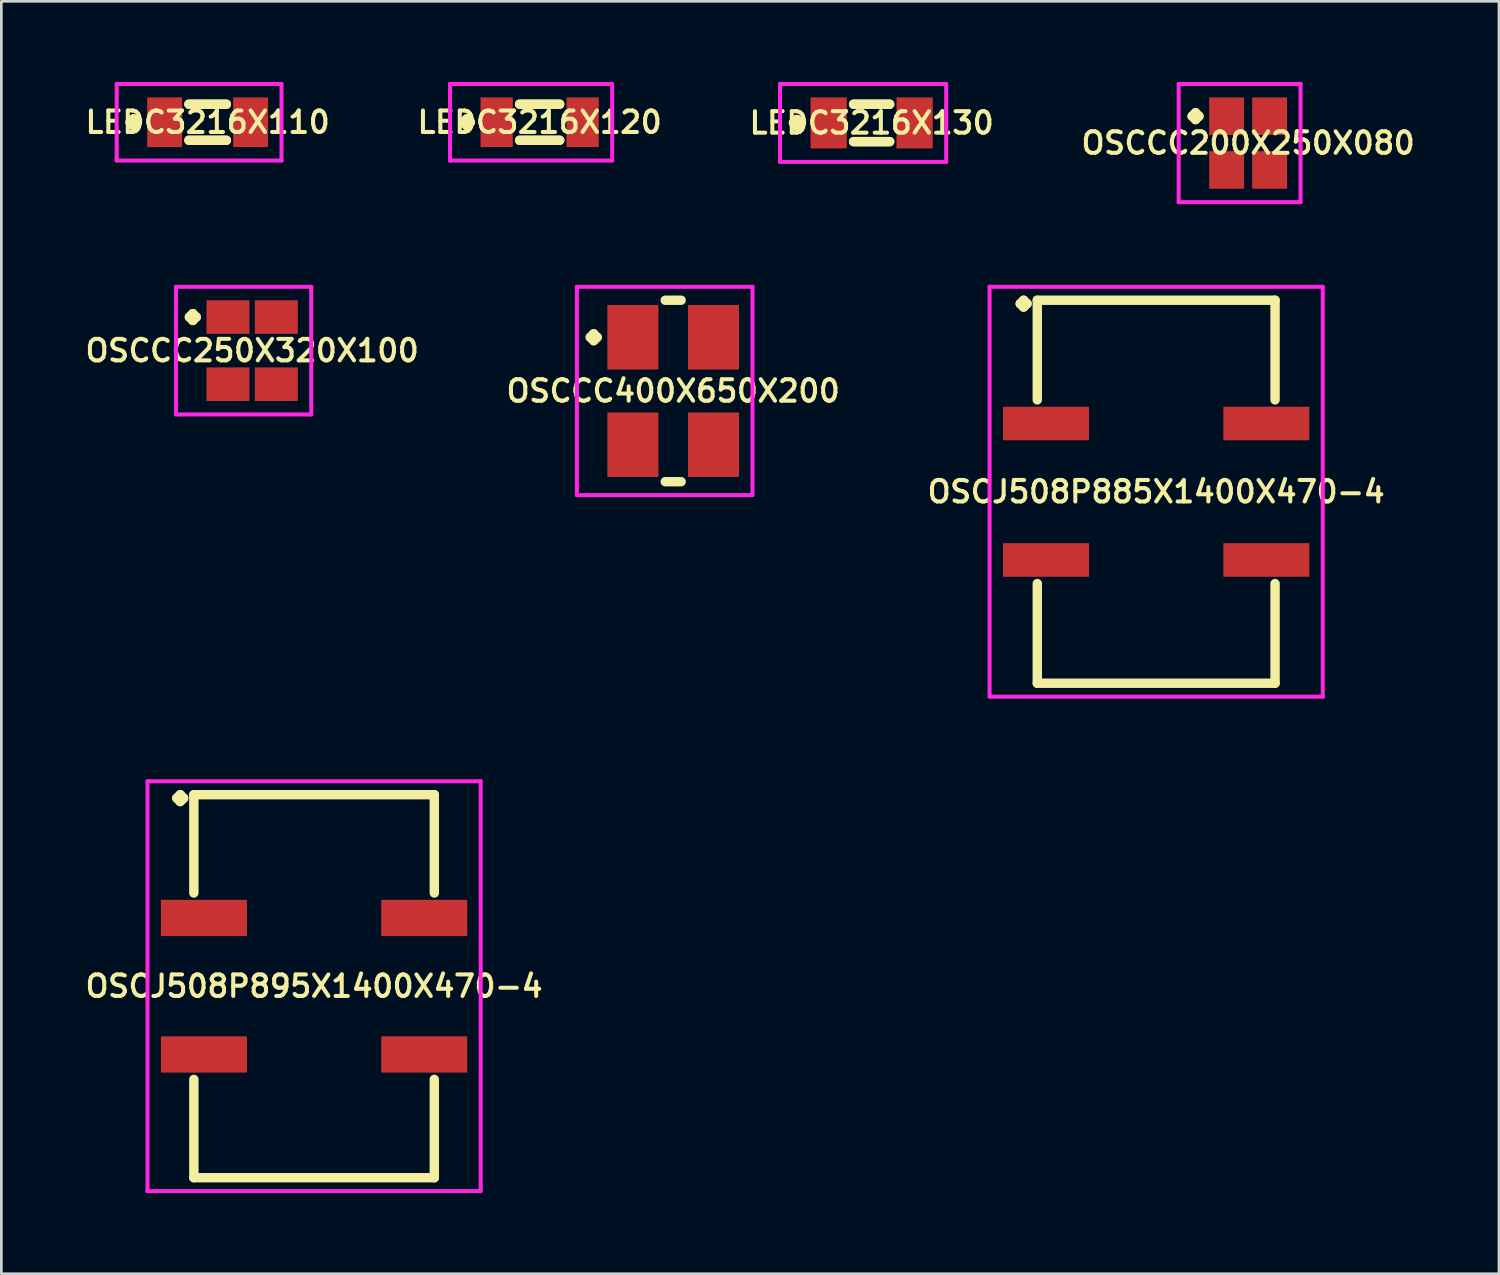
<source format=kicad_pcb>
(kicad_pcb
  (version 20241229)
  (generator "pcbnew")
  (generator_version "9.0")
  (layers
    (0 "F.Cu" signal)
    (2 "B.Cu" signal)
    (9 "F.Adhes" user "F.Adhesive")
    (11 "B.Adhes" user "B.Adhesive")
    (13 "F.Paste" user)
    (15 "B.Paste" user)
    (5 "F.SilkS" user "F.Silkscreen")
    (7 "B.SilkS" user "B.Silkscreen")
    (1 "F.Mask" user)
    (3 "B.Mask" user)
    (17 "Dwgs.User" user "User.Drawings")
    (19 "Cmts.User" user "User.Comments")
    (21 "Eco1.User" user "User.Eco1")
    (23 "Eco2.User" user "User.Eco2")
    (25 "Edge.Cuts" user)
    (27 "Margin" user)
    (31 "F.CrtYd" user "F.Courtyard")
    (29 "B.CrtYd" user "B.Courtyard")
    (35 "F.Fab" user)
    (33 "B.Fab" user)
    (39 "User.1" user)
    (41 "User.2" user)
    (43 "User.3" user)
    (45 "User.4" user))
  (footprint "OSCCC200X250X080"
    (layer "F.Cu")
    (at 43.405 2.275)
    (property "Reference" "OSCCC200X250X080" (at 0 0 0) (layer "F.SilkS") (effects (font (size 0.8 0.8) (thickness 0.15))))
    (attr smd)
    (fp_line (start -2.085 -1) (end -1.958 -1.127) (stroke (width 0.35) (type solid)) (layer "F.SilkS"))
    (fp_line (start -1.958 -1.127) (end -1.831 -1) (stroke (width 0.35) (type solid)) (layer "F.SilkS"))
    (fp_line (start -1.958 -0.873) (end -2.085 -1) (stroke (width 0.35) (type solid)) (layer "F.SilkS"))
    (fp_line (start -1.831 -1) (end -1.958 -0.873) (stroke (width 0.35) (type solid)) (layer "F.SilkS"))
    (fp_line (start -2.585 -2.2) (end 1.95 -2.2) (stroke (width 0.15) (type solid)) (layer "F.CrtYd"))
    (fp_line (start -2.585 2.2) (end -2.585 -2.2) (stroke (width 0.15) (type solid)) (layer "F.CrtYd"))
    (fp_line (start 1.95 -2.2) (end 1.95 2.2) (stroke (width 0.15) (type solid)) (layer "F.CrtYd"))
    (fp_line (start 1.95 2.2) (end -2.585 2.2) (stroke (width 0.15) (type solid)) (layer "F.CrtYd"))
    (pad "1" smd rect (at -0.8 -1) (size 1.3 1.4) (layers "F.Cu" "F.Mask" "F.Paste"))
    (pad "2" smd rect (at -0.8 1) (size 1.3 1.4) (layers "F.Cu" "F.Mask" "F.Paste"))
    (pad "3" smd rect (at 0.8 1) (size 1.3 1.4) (layers "F.Cu" "F.Mask" "F.Paste"))
    (pad "4" smd rect (at 0.8 -1) (size 1.3 1.4) (layers "F.Cu" "F.Mask" "F.Paste")))
  (footprint "LEDC3216X120"
    (layer "F.Cu")
    (at 17.035 1.5)
    (property "Reference" "LEDC3216X120" (at 0 0 0) (layer "F.SilkS") (effects (font (size 0.8 0.8) (thickness 0.15))))
    (attr smd)
    (fp_line (start -2.835 0) (end -2.708 -0.127) (stroke (width 0.35) (type solid)) (layer "F.SilkS"))
    (fp_line (start -2.708 -0.127) (end -2.581 0) (stroke (width 0.35) (type solid)) (layer "F.SilkS"))
    (fp_line (start -2.708 0.127) (end -2.835 0) (stroke (width 0.35) (type solid)) (layer "F.SilkS"))
    (fp_line (start -2.581 0) (end -2.708 0.127) (stroke (width 0.35) (type solid)) (layer "F.SilkS"))
    (fp_line (start -0.746 -0.671) (end 0.746 -0.671) (stroke (width 0.35) (type solid)) (layer "F.SilkS"))
    (fp_line (start -0.746 0.671) (end 0.746 0.671) (stroke (width 0.35) (type solid)) (layer "F.SilkS"))
    (fp_line (start 0.746 -0.671) (end -0.746 -0.671) (stroke (width 0.35) (type solid)) (layer "F.SilkS"))
    (fp_line (start 0.746 0.671) (end -0.746 0.671) (stroke (width 0.35) (type solid)) (layer "F.SilkS"))
    (fp_line (start -3.335 -1.425) (end 2.7 -1.425) (stroke (width 0.15) (type solid)) (layer "F.CrtYd"))
    (fp_line (start -3.335 1.425) (end -3.335 -1.425) (stroke (width 0.15) (type solid)) (layer "F.CrtYd"))
    (fp_line (start 2.7 -1.425) (end 2.7 1.425) (stroke (width 0.15) (type solid)) (layer "F.CrtYd"))
    (fp_line (start 2.7 1.425) (end -3.335 1.425) (stroke (width 0.15) (type solid)) (layer "F.CrtYd"))
    (pad "1" smd rect (at -1.6 0) (size 1.2 1.85) (layers "F.Cu" "F.Mask" "F.Paste"))
    (pad "2" smd rect (at 1.6 0) (size 1.2 1.85) (layers "F.Cu" "F.Mask" "F.Paste")))
  (footprint "OSCJ508P895X1400X470-4"
    (layer "F.Cu")
    (at 8.64 33.656)
    (property "Reference" "OSCJ508P895X1400X470-4" (at 0 0 0) (layer "F.SilkS") (effects (font (size 0.8 0.8) (thickness 0.15))))
    (attr smd)
    (fp_line (start -5.11 -7) (end -4.983 -7.127) (stroke (width 0.35) (type solid)) (layer "F.SilkS"))
    (fp_line (start -4.983 -7.127) (end -4.856 -7) (stroke (width 0.35) (type solid)) (layer "F.SilkS"))
    (fp_line (start -4.983 -6.873) (end -5.11 -7) (stroke (width 0.35) (type solid)) (layer "F.SilkS"))
    (fp_line (start -4.856 -7) (end -4.983 -6.873) (stroke (width 0.35) (type solid)) (layer "F.SilkS"))
    (fp_line (start -4.475 -7.127) (end 4.475 -7.127) (stroke (width 0.35) (type solid)) (layer "F.SilkS"))
    (fp_line (start -4.475 -3.469) (end -4.475 -7.127) (stroke (width 0.35) (type solid)) (layer "F.SilkS"))
    (fp_line (start -4.475 3.469) (end -4.475 7.127) (stroke (width 0.35) (type solid)) (layer "F.SilkS"))
    (fp_line (start -4.475 7.127) (end 4.475 7.127) (stroke (width 0.35) (type solid)) (layer "F.SilkS"))
    (fp_line (start 4.475 -7.127) (end 4.475 -3.469) (stroke (width 0.35) (type solid)) (layer "F.SilkS"))
    (fp_line (start 4.475 7.127) (end 4.475 3.469) (stroke (width 0.35) (type solid)) (layer "F.SilkS"))
    (fp_line (start -6.2 -7.627) (end 6.2 -7.627) (stroke (width 0.15) (type solid)) (layer "F.CrtYd"))
    (fp_line (start -6.2 7.627) (end -6.2 -7.627) (stroke (width 0.15) (type solid)) (layer "F.CrtYd"))
    (fp_line (start 6.2 -7.627) (end 6.2 7.627) (stroke (width 0.15) (type solid)) (layer "F.CrtYd"))
    (fp_line (start 6.2 7.627) (end -6.2 7.627) (stroke (width 0.15) (type solid)) (layer "F.CrtYd"))
    (pad "1" smd rect (at -4.1 -2.54) (size 3.2 1.35) (layers "F.Cu" "F.Mask" "F.Paste"))
    (pad "2" smd rect (at -4.1 2.54) (size 3.2 1.35) (layers "F.Cu" "F.Mask" "F.Paste"))
    (pad "3" smd rect (at 4.1 2.54) (size 3.2 1.35) (layers "F.Cu" "F.Mask" "F.Paste"))
    (pad "4" smd rect (at 4.1 -2.54) (size 3.2 1.35) (layers "F.Cu" "F.Mask" "F.Paste")))
  (footprint "LEDC3216X130"
    (layer "F.Cu")
    (at 29.392 1.525)
    (property "Reference" "LEDC3216X130" (at 0 0 0) (layer "F.SilkS") (effects (font (size 0.8 0.8) (thickness 0.15))))
    (attr smd)
    (fp_line (start -2.91 0) (end -2.783 -0.127) (stroke (width 0.35) (type solid)) (layer "F.SilkS"))
    (fp_line (start -2.783 -0.127) (end -2.656 0) (stroke (width 0.35) (type solid)) (layer "F.SilkS"))
    (fp_line (start -2.783 0.127) (end -2.91 0) (stroke (width 0.35) (type solid)) (layer "F.SilkS"))
    (fp_line (start -2.656 0) (end -2.783 0.127) (stroke (width 0.35) (type solid)) (layer "F.SilkS"))
    (fp_line (start -0.671 -0.696) (end 0.671 -0.696) (stroke (width 0.35) (type solid)) (layer "F.SilkS"))
    (fp_line (start -0.671 0.696) (end 0.671 0.696) (stroke (width 0.35) (type solid)) (layer "F.SilkS"))
    (fp_line (start 0.671 -0.696) (end -0.671 -0.696) (stroke (width 0.35) (type solid)) (layer "F.SilkS"))
    (fp_line (start 0.671 0.696) (end -0.671 0.696) (stroke (width 0.35) (type solid)) (layer "F.SilkS"))
    (fp_line (start -3.41 -1.45) (end 2.775 -1.45) (stroke (width 0.15) (type solid)) (layer "F.CrtYd"))
    (fp_line (start -3.41 1.45) (end -3.41 -1.45) (stroke (width 0.15) (type solid)) (layer "F.CrtYd"))
    (fp_line (start 2.775 -1.45) (end 2.775 1.45) (stroke (width 0.15) (type solid)) (layer "F.CrtYd"))
    (fp_line (start 2.775 1.45) (end -3.41 1.45) (stroke (width 0.15) (type solid)) (layer "F.CrtYd"))
    (pad "1" smd rect (at -1.6 0) (size 1.35 1.9) (layers "F.Cu" "F.Mask" "F.Paste"))
    (pad "2" smd rect (at 1.6 0) (size 1.35 1.9) (layers "F.Cu" "F.Mask" "F.Paste")))
  (footprint "OSCCC400X650X200"
    (layer "F.Cu")
    (at 22.006 11.502)
    (property "Reference" "OSCCC400X650X200" (at 0 0 0) (layer "F.SilkS") (effects (font (size 0.8 0.8) (thickness 0.15))))
    (attr smd)
    (fp_line (start -3.085 -2) (end -2.958 -2.127) (stroke (width 0.35) (type solid)) (layer "F.SilkS"))
    (fp_line (start -2.958 -2.127) (end -2.831 -2) (stroke (width 0.35) (type solid)) (layer "F.SilkS"))
    (fp_line (start -2.958 -1.873) (end -3.085 -2) (stroke (width 0.35) (type solid)) (layer "F.SilkS"))
    (fp_line (start -2.831 -2) (end -2.958 -1.873) (stroke (width 0.35) (type solid)) (layer "F.SilkS"))
    (fp_line (start -0.296 -3.377) (end 0.296 -3.377) (stroke (width 0.35) (type solid)) (layer "F.SilkS"))
    (fp_line (start -0.296 3.377) (end 0.296 3.377) (stroke (width 0.35) (type solid)) (layer "F.SilkS"))
    (fp_line (start -3.585 -3.877) (end 2.95 -3.877) (stroke (width 0.15) (type solid)) (layer "F.CrtYd"))
    (fp_line (start -3.585 3.877) (end -3.585 -3.877) (stroke (width 0.15) (type solid)) (layer "F.CrtYd"))
    (fp_line (start 2.95 -3.877) (end 2.95 3.877) (stroke (width 0.15) (type solid)) (layer "F.CrtYd"))
    (fp_line (start 2.95 3.877) (end -3.585 3.877) (stroke (width 0.15) (type solid)) (layer "F.CrtYd"))
    (pad "1" smd rect (at -1.5 -2) (size 1.9 2.4) (layers "F.Cu" "F.Mask" "F.Paste"))
    (pad "2" smd rect (at -1.5 2) (size 1.9 2.4) (layers "F.Cu" "F.Mask" "F.Paste"))
    (pad "3" smd rect (at 1.5 2) (size 1.9 2.4) (layers "F.Cu" "F.Mask" "F.Paste"))
    (pad "4" smd rect (at 1.5 -2) (size 1.9 2.4) (layers "F.Cu" "F.Mask" "F.Paste")))
  (footprint "OSCCC250X320X100"
    (layer "F.Cu")
    (at 6.335 10)
    (property "Reference" "OSCCC250X320X100" (at 0 0 0) (layer "F.SilkS") (effects (font (size 0.8 0.8) (thickness 0.15))))
    (attr smd)
    (fp_line (start -2.335 -1.25) (end -2.208 -1.377) (stroke (width 0.35) (type solid)) (layer "F.SilkS"))
    (fp_line (start -2.208 -1.377) (end -2.081 -1.25) (stroke (width 0.35) (type solid)) (layer "F.SilkS"))
    (fp_line (start -2.208 -1.123) (end -2.335 -1.25) (stroke (width 0.35) (type solid)) (layer "F.SilkS"))
    (fp_line (start -2.081 -1.25) (end -2.208 -1.123) (stroke (width 0.35) (type solid)) (layer "F.SilkS"))
    (fp_line (start -2.835 -2.375) (end 2.2 -2.375) (stroke (width 0.15) (type solid)) (layer "F.CrtYd"))
    (fp_line (start -2.835 2.375) (end -2.835 -2.375) (stroke (width 0.15) (type solid)) (layer "F.CrtYd"))
    (fp_line (start 2.2 -2.375) (end 2.2 2.375) (stroke (width 0.15) (type solid)) (layer "F.CrtYd"))
    (fp_line (start 2.2 2.375) (end -2.835 2.375) (stroke (width 0.15) (type solid)) (layer "F.CrtYd"))
    (pad "1" smd rect (at -0.9 -1.25) (size 1.6 1.25) (layers "F.Cu" "F.Mask" "F.Paste"))
    (pad "2" smd rect (at -0.9 1.25) (size 1.6 1.25) (layers "F.Cu" "F.Mask" "F.Paste"))
    (pad "3" smd rect (at 0.9 1.25) (size 1.6 1.25) (layers "F.Cu" "F.Mask" "F.Paste"))
    (pad "4" smd rect (at 0.9 -1.25) (size 1.6 1.25) (layers "F.Cu" "F.Mask" "F.Paste")))
  (footprint "OSCJ508P885X1400X470-4"
    (layer "F.Cu")
    (at 39.982 15.252)
    (property "Reference" "OSCJ508P885X1400X470-4" (at 0 0 0) (layer "F.SilkS") (effects (font (size 0.8 0.8) (thickness 0.15))))
    (attr smd)
    (fp_line (start -5.06 -7) (end -4.933 -7.127) (stroke (width 0.35) (type solid)) (layer "F.SilkS"))
    (fp_line (start -4.933 -7.127) (end -4.806 -7) (stroke (width 0.35) (type solid)) (layer "F.SilkS"))
    (fp_line (start -4.933 -6.873) (end -5.06 -7) (stroke (width 0.35) (type solid)) (layer "F.SilkS"))
    (fp_line (start -4.806 -7) (end -4.933 -6.873) (stroke (width 0.35) (type solid)) (layer "F.SilkS"))
    (fp_line (start -4.425 -7.127) (end 4.425 -7.127) (stroke (width 0.35) (type solid)) (layer "F.SilkS"))
    (fp_line (start -4.425 -3.419) (end -4.425 -7.127) (stroke (width 0.35) (type solid)) (layer "F.SilkS"))
    (fp_line (start -4.425 3.419) (end -4.425 7.127) (stroke (width 0.35) (type solid)) (layer "F.SilkS"))
    (fp_line (start -4.425 7.127) (end 4.425 7.127) (stroke (width 0.35) (type solid)) (layer "F.SilkS"))
    (fp_line (start 4.425 -7.127) (end 4.425 -3.419) (stroke (width 0.35) (type solid)) (layer "F.SilkS"))
    (fp_line (start 4.425 7.127) (end 4.425 3.419) (stroke (width 0.35) (type solid)) (layer "F.SilkS"))
    (fp_line (start -6.2 -7.627) (end 6.2 -7.627) (stroke (width 0.15) (type solid)) (layer "F.CrtYd"))
    (fp_line (start -6.2 7.627) (end -6.2 -7.627) (stroke (width 0.15) (type solid)) (layer "F.CrtYd"))
    (fp_line (start 6.2 -7.627) (end 6.2 7.627) (stroke (width 0.15) (type solid)) (layer "F.CrtYd"))
    (fp_line (start 6.2 7.627) (end -6.2 7.627) (stroke (width 0.15) (type solid)) (layer "F.CrtYd"))
    (pad "1" smd rect (at -4.1 -2.54) (size 3.2 1.25) (layers "F.Cu" "F.Mask" "F.Paste"))
    (pad "2" smd rect (at -4.1 2.54) (size 3.2 1.25) (layers "F.Cu" "F.Mask" "F.Paste"))
    (pad "3" smd rect (at 4.1 2.54) (size 3.2 1.25) (layers "F.Cu" "F.Mask" "F.Paste"))
    (pad "4" smd rect (at 4.1 -2.54) (size 3.2 1.25) (layers "F.Cu" "F.Mask" "F.Paste")))
  (footprint "LEDC3216X110"
    (layer "F.Cu")
    (at 4.678 1.5)
    (property "Reference" "LEDC3216X110" (at 0 0 0) (layer "F.SilkS") (effects (font (size 0.8 0.8) (thickness 0.15))))
    (attr smd)
    (fp_line (start -2.885 0) (end -2.758 -0.127) (stroke (width 0.35) (type solid)) (layer "F.SilkS"))
    (fp_line (start -2.758 -0.127) (end -2.631 0) (stroke (width 0.35) (type solid)) (layer "F.SilkS"))
    (fp_line (start -2.758 0.127) (end -2.885 0) (stroke (width 0.35) (type solid)) (layer "F.SilkS"))
    (fp_line (start -2.631 0) (end -2.758 0.127) (stroke (width 0.35) (type solid)) (layer "F.SilkS"))
    (fp_line (start -0.696 -0.671) (end 0.696 -0.671) (stroke (width 0.35) (type solid)) (layer "F.SilkS"))
    (fp_line (start -0.696 0.671) (end 0.696 0.671) (stroke (width 0.35) (type solid)) (layer "F.SilkS"))
    (fp_line (start 0.696 -0.671) (end -0.696 -0.671) (stroke (width 0.35) (type solid)) (layer "F.SilkS"))
    (fp_line (start 0.696 0.671) (end -0.696 0.671) (stroke (width 0.35) (type solid)) (layer "F.SilkS"))
    (fp_line (start -3.385 -1.425) (end 2.75 -1.425) (stroke (width 0.15) (type solid)) (layer "F.CrtYd"))
    (fp_line (start -3.385 1.425) (end -3.385 -1.425) (stroke (width 0.15) (type solid)) (layer "F.CrtYd"))
    (fp_line (start 2.75 -1.425) (end 2.75 1.425) (stroke (width 0.15) (type solid)) (layer "F.CrtYd"))
    (fp_line (start 2.75 1.425) (end -3.385 1.425) (stroke (width 0.15) (type solid)) (layer "F.CrtYd"))
    (pad "1" smd rect (at -1.6 0) (size 1.3 1.85) (layers "F.Cu" "F.Mask" "F.Paste"))
    (pad "2" smd rect (at 1.6 0) (size 1.3 1.85) (layers "F.Cu" "F.Mask" "F.Paste")))
  (gr_rect
    (start -3 -3)
    (end 52.741 44.358)
    (stroke (width 0.1) (type default))
    (fill no)
    (layer "Edge.Cuts")))
</source>
